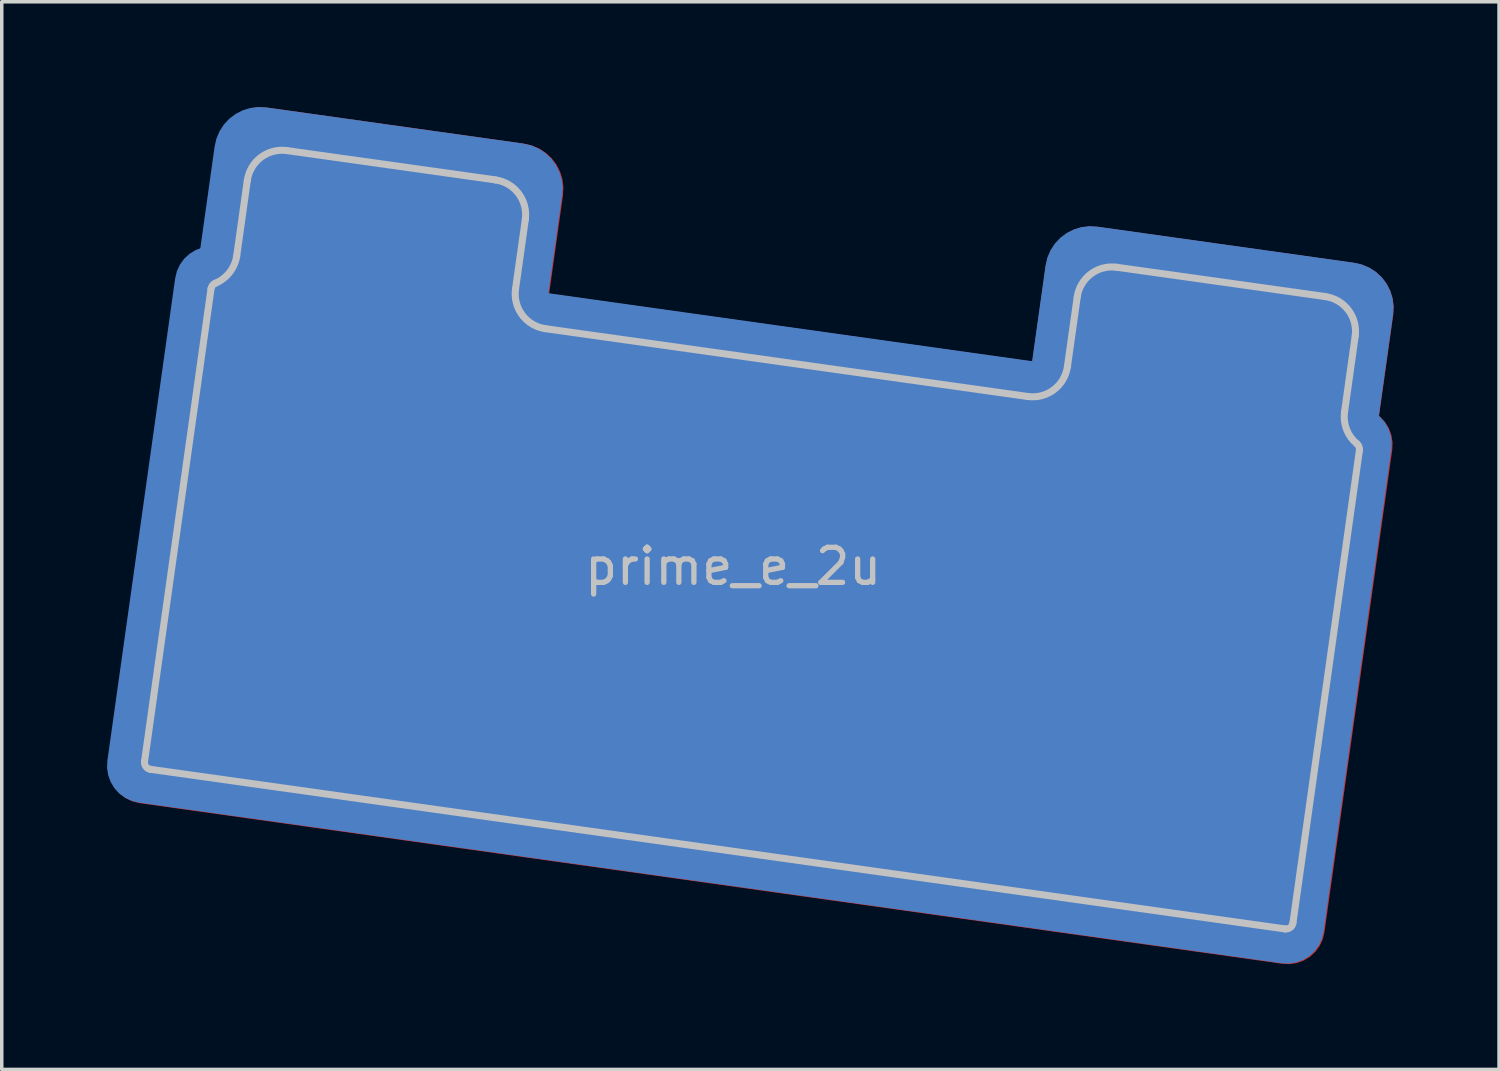
<source format=kicad_pcb>
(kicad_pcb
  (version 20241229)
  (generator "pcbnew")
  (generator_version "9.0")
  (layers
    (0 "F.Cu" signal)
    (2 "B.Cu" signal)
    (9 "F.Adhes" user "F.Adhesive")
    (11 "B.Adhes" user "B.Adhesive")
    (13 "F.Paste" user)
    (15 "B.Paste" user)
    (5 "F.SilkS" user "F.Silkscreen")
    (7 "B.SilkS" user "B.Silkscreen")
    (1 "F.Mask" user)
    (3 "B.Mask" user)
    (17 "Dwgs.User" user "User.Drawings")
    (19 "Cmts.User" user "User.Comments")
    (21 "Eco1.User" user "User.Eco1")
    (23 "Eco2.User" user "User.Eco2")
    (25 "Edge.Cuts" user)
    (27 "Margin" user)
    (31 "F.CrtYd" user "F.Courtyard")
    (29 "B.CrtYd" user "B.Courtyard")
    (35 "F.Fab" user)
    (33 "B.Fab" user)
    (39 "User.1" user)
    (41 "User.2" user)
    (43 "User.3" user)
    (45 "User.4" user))
  (footprint "prime_e_2u"
    (layer "F.Cu")
    (at 17.844 12.592)
    (property "Reference" "prime_e_2u" (at 0 0.5 0) (layer "Dwgs.User") (effects (font (size 1 1) (thickness 0.15))))
    (attr through_hole)
    (fp_line (start -16.775 6.058) (end -14.88 -7.413) (stroke (width 0.2) (type solid)) (layer "Dwgs.User"))
    (fp_line (start -14.147 -8.356) (end -13.846 -10.499) (stroke (width 0.2) (type solid)) (layer "Dwgs.User"))
    (fp_line (start -12.716 -11.35) (end -6.774 -10.515) (stroke (width 0.2) (type solid)) (layer "Dwgs.User"))
    (fp_line (start -5.923 -9.385) (end -6.202 -7.405) (stroke (width 0.2) (type solid)) (layer "Dwgs.User"))
    (fp_line (start -5.351 -6.275) (end 8.397 -4.342) (stroke (width 0.2) (type solid)) (layer "Dwgs.User"))
    (fp_line (start 9.526 -5.193) (end 9.805 -7.174) (stroke (width 0.2) (type solid)) (layer "Dwgs.User"))
    (fp_line (start 10.934 -8.025) (end 16.876 -7.19) (stroke (width 0.2) (type solid)) (layer "Dwgs.User"))
    (fp_line (start 15.727 10.831) (end -16.604 6.283) (stroke (width 0.2) (type solid)) (layer "Dwgs.User"))
    (fp_line (start 17.727 -6.06) (end 17.424 -3.904) (stroke (width 0.2) (type solid)) (layer "Dwgs.User"))
    (fp_line (start 17.848 -2.812) (end 15.953 10.661) (stroke (width 0.2) (type solid)) (layer "Dwgs.User"))
    (fp_arc (start -16.604483 6.283476) (mid -16.736368 6.205772) (end -16.774679 6.05757) (stroke (width 0.2) (type solid)) (layer "Dwgs.User"))
    (fp_arc (start -14.880028 -7.413103) (mid -14.839872 -7.507976) (end -14.757823 -7.570277) (stroke (width 0.2) (type solid)) (layer "Dwgs.User"))
    (fp_arc (start -14.146795 -8.356146) (mid -14.347574 -7.881778) (end -14.757823 -7.570277) (stroke (width 0.2) (type solid)) (layer "Dwgs.User"))
    (fp_arc (start -13.845512 -10.499083) (mid -13.457025 -11.158526) (end -12.716027 -11.35012) (stroke (width 0.2) (type solid)) (layer "Dwgs.User"))
    (fp_arc (start -6.774462 -10.514775) (mid -6.115019 -10.126288) (end -5.923425 -9.38529) (stroke (width 0.2) (type solid)) (layer "Dwgs.User"))
    (fp_arc (start -5.350837 -6.275283) (mid -6.01028 -6.66377) (end -6.201874 -7.404768) (stroke (width 0.2) (type solid)) (layer "Dwgs.User"))
    (fp_arc (start 9.526468 -5.193466) (mid 9.137981 -4.534023) (end 8.396983 -4.342429) (stroke (width 0.2) (type solid)) (layer "Dwgs.User"))
    (fp_arc (start 9.804916 -7.173987) (mid 10.193403 -7.83343) (end 10.934401 -8.025024) (stroke (width 0.2) (type solid)) (layer "Dwgs.User"))
    (fp_arc (start 15.953261 10.660755) (mid 15.875556 10.792639) (end 15.727354 10.83095) (stroke (width 0.2) (type solid)) (layer "Dwgs.User"))
    (fp_arc (start 16.875967 -7.189679) (mid 17.535409 -6.801191) (end 17.727003 -6.060193) (stroke (width 0.2) (type solid)) (layer "Dwgs.User"))
    (fp_arc (start 17.77734 -2.993844) (mid 17.836517 -2.912) (end 17.848158 -2.811677) (stroke (width 0.2) (type solid)) (layer "Dwgs.User"))
    (fp_arc (start 17.778014 -2.993288) (mid 17.482105 -3.40249) (end 17.423871 -3.904104) (stroke (width 0.2) (type solid)) (layer "Dwgs.User"))
    (pad "1" smd roundrect (at 0.462 1.598 352) (size 35 16) (layers "B.Cu" "B.Mask" "B.Paste") (roundrect_rratio 0.066))
    (pad "1" smd roundrect (at 0.488 1.615 352) (size 35 16) (layers "F.Cu" "F.Mask" "F.Paste") (roundrect_rratio 0.066))
    (pad "2" smd roundrect (at -11.036 -2.162 352) (size 10 20) (layers "B.Cu" "B.Mask" "B.Paste") (roundrect_rratio 0.13))
    (pad "2" smd roundrect (at -11.011 -2.159 352) (size 10 20) (layers "F.Cu" "F.Mask" "F.Paste") (roundrect_rratio 0.13))
    (pad "2" smd roundrect (at 12.644 1.234 352) (size 10 20) (layers "*.Paste" "B.Cu" "B.Mask") (roundrect_rratio 0.13))
    (pad "2" smd roundrect (at 12.652 1.24 352) (size 10 20) (layers "F.Cu" "F.Mask" "F.Paste") (roundrect_rratio 0.13)))
  (gr_rect
    (start -3 -3)
    (end 39.671 27.428)
    (stroke (width 0.1) (type default))
    (fill no)
    (layer "Edge.Cuts")))
</source>
